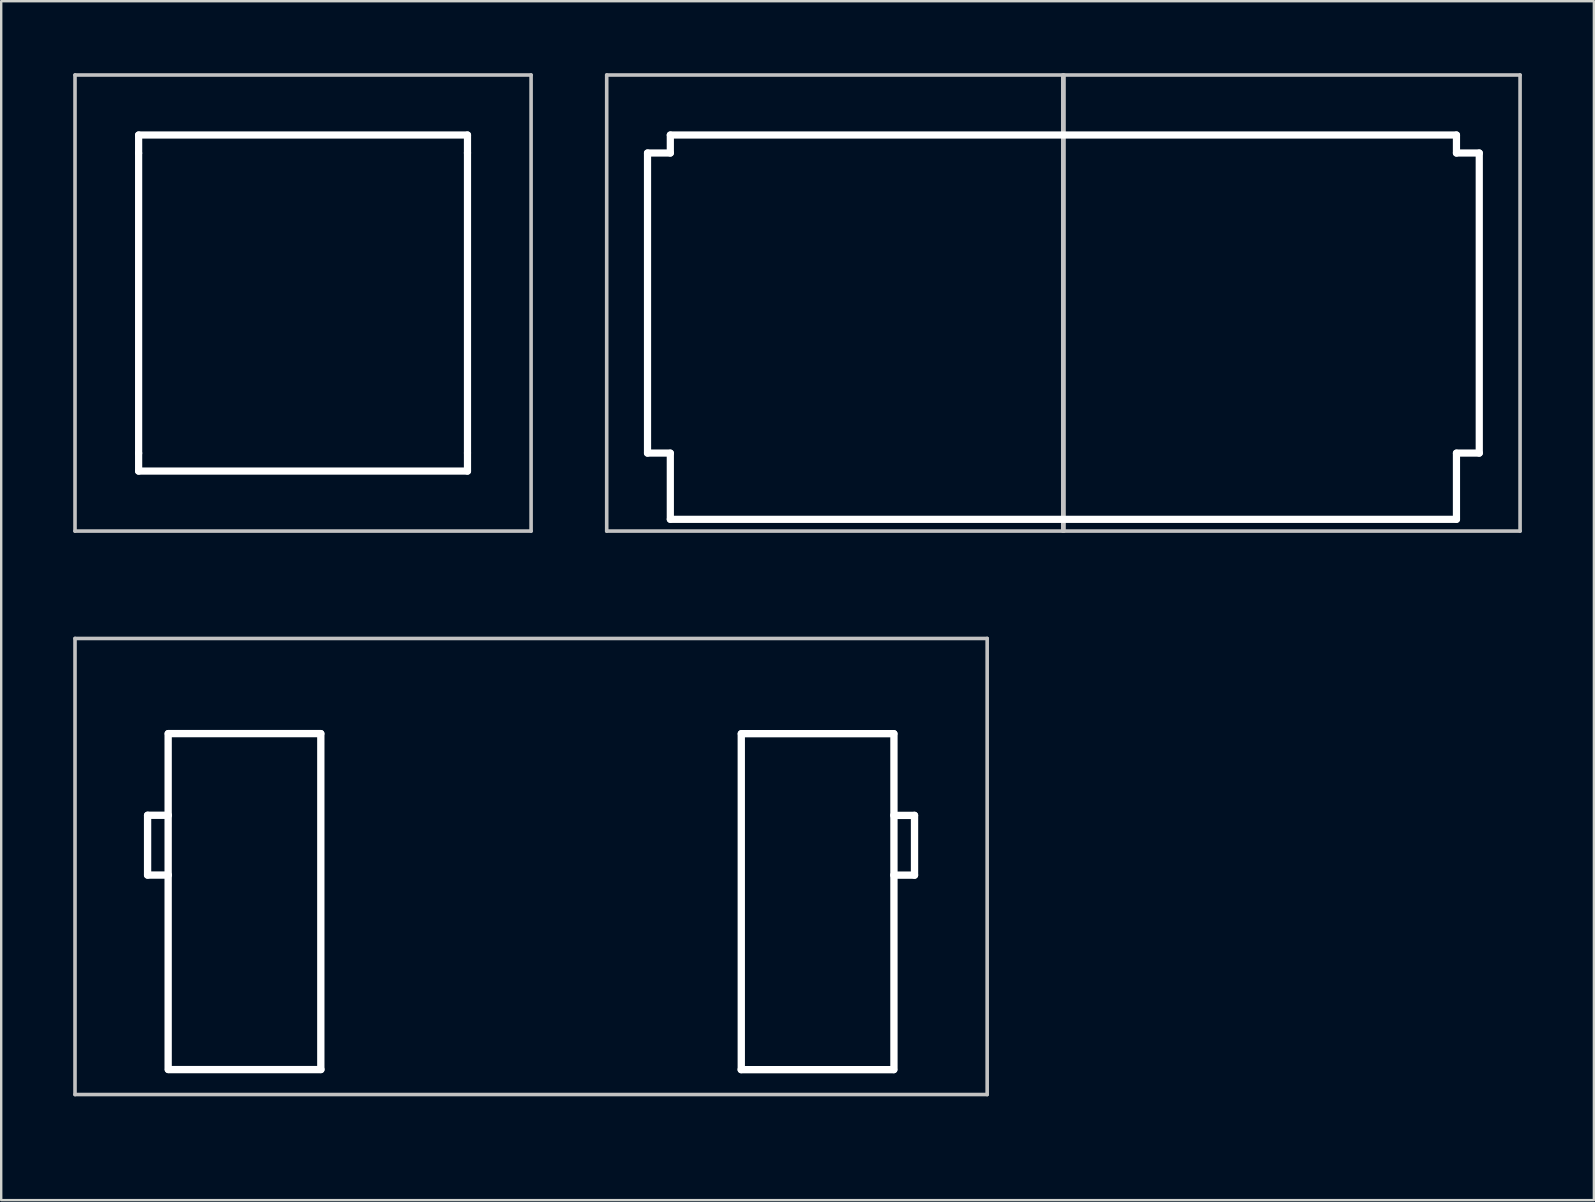
<source format=kicad_pcb>
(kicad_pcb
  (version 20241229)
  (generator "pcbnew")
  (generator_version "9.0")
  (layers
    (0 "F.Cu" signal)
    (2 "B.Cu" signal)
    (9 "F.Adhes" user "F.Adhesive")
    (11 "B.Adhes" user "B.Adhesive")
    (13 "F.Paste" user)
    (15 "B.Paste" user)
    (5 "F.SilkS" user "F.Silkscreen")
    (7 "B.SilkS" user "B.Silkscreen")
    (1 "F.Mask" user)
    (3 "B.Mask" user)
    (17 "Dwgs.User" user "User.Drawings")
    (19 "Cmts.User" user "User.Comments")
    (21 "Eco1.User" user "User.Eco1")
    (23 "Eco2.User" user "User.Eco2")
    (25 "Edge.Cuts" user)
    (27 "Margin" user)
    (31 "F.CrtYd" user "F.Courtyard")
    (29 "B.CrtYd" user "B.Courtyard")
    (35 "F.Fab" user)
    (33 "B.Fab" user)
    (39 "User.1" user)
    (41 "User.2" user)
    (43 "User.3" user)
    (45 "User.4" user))
  (footprint "MX_Stabilizer_Cutout-2u"
    (layer "F.Cu")
    (at 19.075 33.048)
    (property "Reference" "MX_Stabilizer_Cutout-2u" (at 0.25 10.05 0) (layer "Eco2.User") (effects (font (size 1 1) (thickness 0.15))))
    (attr through_hole)
    (fp_line (start -19 -9.5) (end 19 -9.5) (stroke (width 0.15) (type solid)) (layer "Dwgs.User"))
    (fp_line (start -19 9.5) (end -19 -9.5) (stroke (width 0.15) (type solid)) (layer "Dwgs.User"))
    (fp_line (start 19 -9.5) (end 19 9.5) (stroke (width 0.15) (type solid)) (layer "Dwgs.User"))
    (fp_line (start 19 9.5) (end -19 9.5) (stroke (width 0.15) (type solid)) (layer "Dwgs.User"))
    (pad "" np_thru_hole oval (at -15.977 -0.889) (size 0.305 2.794) (drill oval 0.305 2.794) (layers "*.Cu" "*.Mask"))
    (pad "" np_thru_hole oval (at -15.545 -2.134) (size 1.168 0.305) (drill oval 1.168 0.305) (layers "*.Cu" "*.Mask"))
    (pad "" np_thru_hole oval (at -15.545 0.356) (size 1.168 0.305) (drill oval 1.168 0.305) (layers "*.Cu" "*.Mask"))
    (pad "" np_thru_hole oval (at -15.12 1.46) (size 0.305 14.294) (drill oval 0.305 14.294) (layers "*.Cu" "*.Mask"))
    (pad "" np_thru_hole oval (at -11.938 -5.537) (size 6.655 0.305) (drill oval 6.655 0.305) (layers "*.Cu" "*.Mask"))
    (pad "" np_thru_hole oval (at -11.93 8.46) (size 6.655 0.305) (drill oval 6.655 0.305) (layers "*.Cu" "*.Mask"))
    (pad "" np_thru_hole oval (at -8.76 1.46) (size 0.305 14.294) (drill oval 0.305 14.294) (layers "*.Cu" "*.Mask"))
    (pad "" np_thru_hole oval (at 8.756 1.464) (size 0.305 14.294) (drill oval 0.305 14.294) (layers "*.Cu" "*.Mask"))
    (pad "" np_thru_hole oval (at 11.926 8.464) (size 6.655 0.305) (drill oval 6.655 0.305) (layers "*.Cu" "*.Mask"))
    (pad "" np_thru_hole oval (at 11.934 -5.533) (size 6.655 0.305) (drill oval 6.655 0.305) (layers "*.Cu" "*.Mask"))
    (pad "" np_thru_hole oval (at 15.116 1.464) (size 0.305 14.294) (drill oval 0.305 14.294) (layers "*.Cu" "*.Mask"))
    (pad "" np_thru_hole oval (at 15.541 -2.13) (size 1.168 0.305) (drill oval 1.168 0.305) (layers "*.Cu" "*.Mask"))
    (pad "" np_thru_hole oval (at 15.541 0.36) (size 1.168 0.305) (drill oval 1.168 0.305) (layers "*.Cu" "*.Mask"))
    (pad "" np_thru_hole oval (at 15.973 -0.885) (size 0.305 2.794) (drill oval 0.305 2.794) (layers "*.Cu" "*.Mask")))
  (footprint "MX-Alps_Switch_Cutout-1u_2u"
    (layer "F.Cu")
    (at 41.25 9.575)
    (property "Reference" "MX-Alps_Switch_Cutout-1u_2u" (at 0.25 10.05 0) (layer "Eco2.User") (effects (font (size 1 1) (thickness 0.15))))
    (attr through_hole)
    (fp_line (start -19.025 -9.5) (end -0.025 -9.5) (stroke (width 0.15) (type solid)) (layer "Dwgs.User"))
    (fp_line (start -19.025 9.5) (end -19.025 -9.5) (stroke (width 0.15) (type solid)) (layer "Dwgs.User"))
    (fp_line (start -0.025 -9.5) (end -0.025 9.5) (stroke (width 0.15) (type solid)) (layer "Dwgs.User"))
    (fp_line (start -0.025 9.5) (end -19.025 9.5) (stroke (width 0.15) (type solid)) (layer "Dwgs.User"))
    (fp_line (start 0.025 -9.5) (end 19.025 -9.5) (stroke (width 0.15) (type solid)) (layer "Dwgs.User"))
    (fp_line (start 0.025 9.5) (end 0.025 -9.5) (stroke (width 0.15) (type solid)) (layer "Dwgs.User"))
    (fp_line (start 19.025 -9.5) (end 19.025 9.5) (stroke (width 0.15) (type solid)) (layer "Dwgs.User"))
    (fp_line (start 19.025 9.5) (end 0.025 9.5) (stroke (width 0.15) (type solid)) (layer "Dwgs.User"))
    (pad "" np_thru_hole oval (at -17.325 0) (size 0.3 12.8) (drill oval 0.3 12.8) (layers "*.Cu" "*.Mask"))
    (pad "" np_thru_hole oval (at -16.85 -6.25) (size 1.25 0.3) (drill oval 1.25 0.3) (layers "*.Cu" "*.Mask"))
    (pad "" np_thru_hole oval (at -16.85 6.25) (size 1.25 0.3) (drill oval 1.25 0.3) (layers "*.Cu" "*.Mask"))
    (pad "" np_thru_hole oval (at -16.375 -6.625) (size 0.3 1.05) (drill oval 0.3 1.05) (layers "*.Cu" "*.Mask"))
    (pad "" np_thru_hole oval (at -16.375 7.63) (size 0.3 3.05) (drill oval 0.3 3.05) (layers "*.Cu" "*.Mask"))
    (pad "" np_thru_hole oval (at 0 -7) (size 33.05 0.3) (drill oval 33.05 0.3) (layers "*.Cu" "*.Mask"))
    (pad "" np_thru_hole oval (at 0 9.01) (size 33.05 0.3) (drill oval 33.05 0.3) (layers "*.Cu" "*.Mask"))
    (pad "" np_thru_hole oval (at 16.375 -6.625) (size 0.3 1.05) (drill oval 0.3 1.05) (layers "*.Cu" "*.Mask"))
    (pad "" np_thru_hole oval (at 16.375 7.63) (size 0.3 3.05) (drill oval 0.3 3.05) (layers "*.Cu" "*.Mask"))
    (pad "" np_thru_hole oval (at 16.85 -6.25) (size 1.25 0.3) (drill oval 1.25 0.3) (layers "*.Cu" "*.Mask"))
    (pad "" np_thru_hole oval (at 16.85 6.25) (size 1.25 0.3) (drill oval 1.25 0.3) (layers "*.Cu" "*.Mask"))
    (pad "" np_thru_hole oval (at 17.325 0) (size 0.3 12.8) (drill oval 0.3 12.8) (layers "*.Cu" "*.Mask")))
  (footprint "MX-Alps_Switch_Cutout"
    (layer "F.Cu")
    (at 9.575 9.575)
    (property "Reference" "MX-Alps_Switch_Cutout" (at 0.25 10.05 0) (layer "Eco2.User") (effects (font (size 1 1) (thickness 0.15))))
    (attr through_hole)
    (fp_line (start -9.5 -9.5) (end 9.5 -9.5) (stroke (width 0.15) (type solid)) (layer "Dwgs.User"))
    (fp_line (start -9.5 9.5) (end -9.5 -9.5) (stroke (width 0.15) (type solid)) (layer "Dwgs.User"))
    (fp_line (start 9.5 -9.5) (end 9.5 9.5) (stroke (width 0.15) (type solid)) (layer "Dwgs.User"))
    (fp_line (start 9.5 9.5) (end -9.5 9.5) (stroke (width 0.15) (type solid)) (layer "Dwgs.User"))
    (pad "" np_thru_hole oval (at -6.85 -6.625) (size 0.3 1.05) (drill oval 0.3 1.05) (layers "*.Cu" "*.Mask"))
    (pad "" np_thru_hole oval (at -6.85 0.01) (size 0.3 12.8) (drill oval 0.3 12.8) (layers "*.Cu" "*.Mask"))
    (pad "" np_thru_hole oval (at -6.85 6.625) (size 0.3 1.05) (drill oval 0.3 1.05) (layers "*.Cu" "*.Mask"))
    (pad "" np_thru_hole oval (at 0 -7) (size 14 0.3) (drill oval 14 0.3) (layers "*.Cu" "*.Mask"))
    (pad "" np_thru_hole oval (at 0 7) (size 14 0.3) (drill oval 14 0.3) (layers "*.Cu" "*.Mask"))
    (pad "" np_thru_hole oval (at 6.85 -6.625) (size 0.3 1.05) (drill oval 0.3 1.05) (layers "*.Cu" "*.Mask"))
    (pad "" np_thru_hole oval (at 6.85 -0.01) (size 0.3 12.8) (drill oval 0.3 12.8) (layers "*.Cu" "*.Mask"))
    (pad "" np_thru_hole oval (at 6.85 6.625) (size 0.3 1.05) (drill oval 0.3 1.05) (layers "*.Cu" "*.Mask")))
  (gr_rect
    (start -3 -3)
    (end 63.35 46.947)
    (stroke (width 0.1) (type default))
    (fill no)
    (layer "Edge.Cuts")))
</source>
